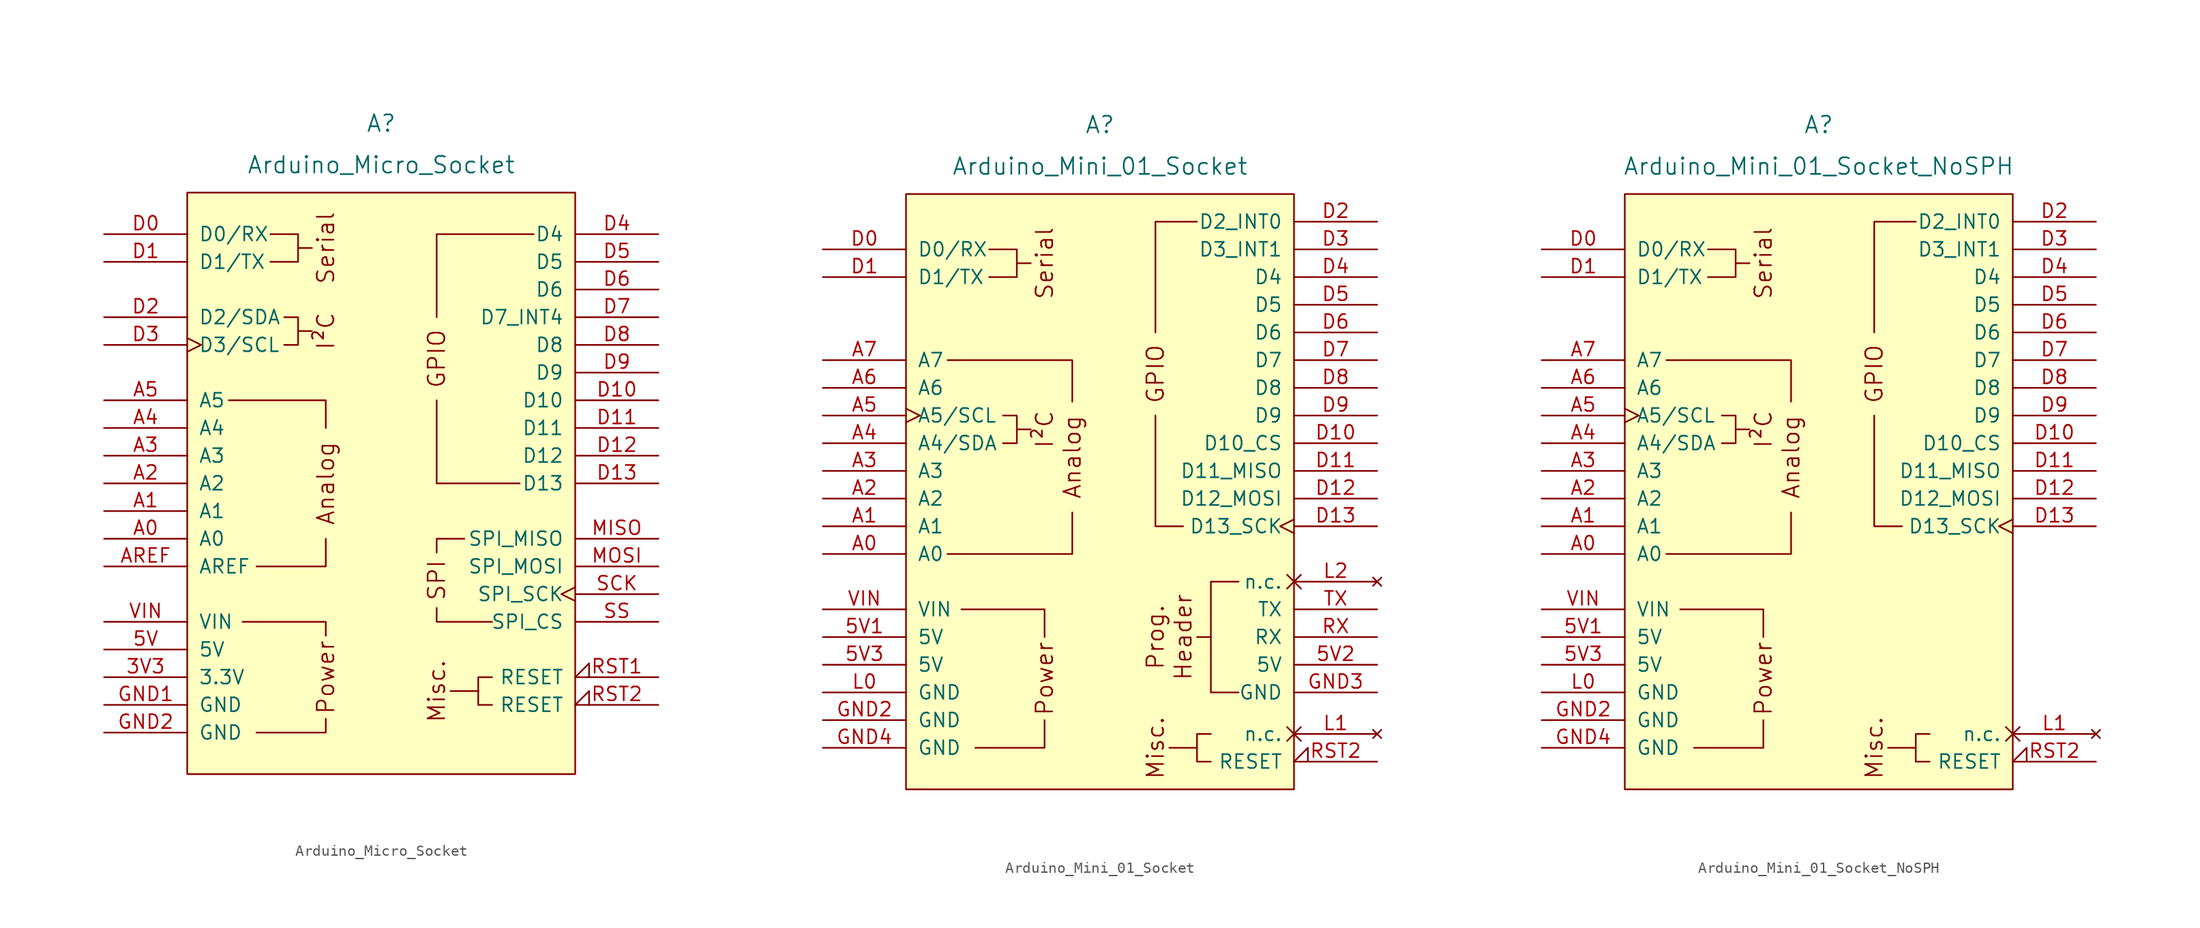
<source format=kicad_sym>
(kicad_symbol_lib
  (version 20231120)
  (generator "kicad_symbol_editor")
  (generator_version "8.0")
  (symbol "Arduino_Micro_Socket"
    (pin_names
      (offset 1.016))
    (property "Reference" "A"
      (at 0 33.02 0)
      (effects (font (size 1.524 1.524))))
    (property "Value" "Arduino_Micro_Socket"
      (at 0 29.21 0)
      (effects (font (size 1.524 1.524))))
    (symbol "Arduino_Micro_Socket_0_0"
      (rectangle (start -17.78 26.67) (end 17.78 -26.67) (stroke (width 0) (type default)) (fill (type background)))
      (polyline (pts (xy -7.62 13.97) (xy -6.35 13.97)) (stroke (width 0) (type default)) (fill (type none)))
      (polyline (pts (xy -7.62 21.59) (xy -6.35 21.59)) (stroke (width 0) (type default)) (fill (type none)))
      (polyline (pts (xy 8.89 -19.05) (xy 6.35 -19.05)) (stroke (width 0) (type default)) (fill (type none)))
      (polyline (pts (xy -11.43 -22.86) (xy -5.08 -22.86) (xy -5.08 -21.59)) (stroke (width 0) (type default)) (fill (type none)))
      (polyline (pts (xy -5.08 -13.97) (xy -5.08 -12.7) (xy -12.7 -12.7)) (stroke (width 0) (type default)) (fill (type none)))
      (polyline (pts (xy -5.08 -5.08) (xy -5.08 -7.62) (xy -11.43 -7.62)) (stroke (width 0) (type default)) (fill (type none)))
      (polyline (pts (xy -5.08 5.08) (xy -5.08 7.62) (xy -13.97 7.62)) (stroke (width 0) (type default)) (fill (type none)))
      (polyline (pts (xy 5.08 -11.43) (xy 5.08 -12.7) (xy 10.16 -12.7)) (stroke (width 0) (type default)) (fill (type none)))
      (polyline (pts (xy 5.08 7.62) (xy 5.08 0) (xy 12.7 0)) (stroke (width 0) (type default)) (fill (type none)))
      (polyline (pts (xy 7.62 -5.08) (xy 5.08 -5.08) (xy 5.08 -6.35)) (stroke (width 0) (type default)) (fill (type none)))
      (polyline (pts (xy 13.97 22.86) (xy 5.08 22.86) (xy 5.08 15.24)) (stroke (width 0) (type default)) (fill (type none)))
      (polyline (pts (xy -10.16 22.86) (xy -7.62 22.86) (xy -7.62 20.32) (xy -10.16 20.32)) (stroke (width 0) (type default)) (fill (type none)))
      (polyline (pts (xy -8.89 15.24) (xy -7.62 15.24) (xy -7.62 12.7) (xy -8.89 12.7)) (stroke (width 0) (type default)) (fill (type none)))
      (text "Analog" (at -5.08 0 900) (effects (font (size 1.524 1.524))))
      (text "I²C" (at -5.08 13.97 900) (effects (font (size 1.524 1.524))))
      (text "Misc." (at 5.08 -19.05 900) (effects (font (size 1.524 1.524))))
      (text "Power" (at -5.08 -17.78 900) (effects (font (size 1.524 1.524))))
      (text "Serial" (at -5.08 21.59 900) (effects (font (size 1.524 1.524))))
      (text "SPI" (at 5.08 -8.89 900) (effects (font (size 1.524 1.524)))))
    (symbol "Arduino_Micro_Socket_0_1"
      (polyline (pts (xy 10.16 -17.78) (xy 8.89 -17.78) (xy 8.89 -20.32) (xy 10.16 -20.32)) (stroke (width 0) (type default)) (fill (type none))))
    (symbol "Arduino_Micro_Socket_1_0"
      (text "GPIO" (at 5.08 11.43 900) (effects (font (size 1.524 1.524)))))
    (symbol "Arduino_Micro_Socket_1_1"
      (pin power_out line (at -25.4 -17.78 0) (length 7.62) (name "3.3V" (effects (font (size 1.27 1.27)))) (number "3V3" (effects (font (size 1.27 1.27)))))
      (pin power_in line (at -25.4 -15.24 0) (length 7.62) (name "5V" (effects (font (size 1.27 1.27)))) (number "5V" (effects (font (size 1.27 1.27)))))
      (pin bidirectional line (at -25.4 -5.08 0) (length 7.62) (name "A0" (effects (font (size 1.27 1.27)))) (number "A0" (effects (font (size 1.27 1.27)))))
      (pin bidirectional line (at -25.4 -2.54 0) (length 7.62) (name "A1" (effects (font (size 1.27 1.27)))) (number "A1" (effects (font (size 1.27 1.27)))))
      (pin bidirectional line (at -25.4 0 0) (length 7.62) (name "A2" (effects (font (size 1.27 1.27)))) (number "A2" (effects (font (size 1.27 1.27)))))
      (pin bidirectional line (at -25.4 2.54 0) (length 7.62) (name "A3" (effects (font (size 1.27 1.27)))) (number "A3" (effects (font (size 1.27 1.27)))))
      (pin bidirectional line (at -25.4 5.08 0) (length 7.62) (name "A4" (effects (font (size 1.27 1.27)))) (number "A4" (effects (font (size 1.27 1.27)))))
      (pin bidirectional line (at -25.4 7.62 0) (length 7.62) (name "A5" (effects (font (size 1.27 1.27)))) (number "A5" (effects (font (size 1.27 1.27)))))
      (pin input line (at -25.4 -7.62 0) (length 7.62) (name "AREF" (effects (font (size 1.27 1.27)))) (number "AREF" (effects (font (size 1.27 1.27)))))
      (pin bidirectional line (at -25.4 22.86 0) (length 7.62) (name "D0/RX" (effects (font (size 1.27 1.27)))) (number "D0" (effects (font (size 1.27 1.27)))))
      (pin bidirectional line (at -25.4 20.32 0) (length 7.62) (name "D1/TX" (effects (font (size 1.27 1.27)))) (number "D1" (effects (font (size 1.27 1.27)))))
      (pin bidirectional line (at 25.4 7.62 180) (length 7.62) (name "D10" (effects (font (size 1.27 1.27)))) (number "D10" (effects (font (size 1.27 1.27)))))
      (pin bidirectional line (at 25.4 5.08 180) (length 7.62) (name "D11" (effects (font (size 1.27 1.27)))) (number "D11" (effects (font (size 1.27 1.27)))))
      (pin bidirectional line (at 25.4 2.54 180) (length 7.62) (name "D12" (effects (font (size 1.27 1.27)))) (number "D12" (effects (font (size 1.27 1.27)))))
      (pin bidirectional line (at 25.4 0 180) (length 7.62) (name "D13" (effects (font (size 1.27 1.27)))) (number "D13" (effects (font (size 1.27 1.27)))))
      (pin bidirectional line (at -25.4 15.24 0) (length 7.62) (name "D2/SDA" (effects (font (size 1.27 1.27)))) (number "D2" (effects (font (size 1.27 1.27)))))
      (pin bidirectional clock (at -25.4 12.7 0) (length 7.62) (name "D3/SCL" (effects (font (size 1.27 1.27)))) (number "D3" (effects (font (size 1.27 1.27)))))
      (pin bidirectional line (at 25.4 22.86 180) (length 7.62) (name "D4" (effects (font (size 1.27 1.27)))) (number "D4" (effects (font (size 1.27 1.27)))))
      (pin bidirectional line (at 25.4 20.32 180) (length 7.62) (name "D5" (effects (font (size 1.27 1.27)))) (number "D5" (effects (font (size 1.27 1.27)))))
      (pin bidirectional line (at 25.4 17.78 180) (length 7.62) (name "D6" (effects (font (size 1.27 1.27)))) (number "D6" (effects (font (size 1.27 1.27)))))
      (pin bidirectional line (at 25.4 15.24 180) (length 7.62) (name "D7_INT4" (effects (font (size 1.27 1.27)))) (number "D7" (effects (font (size 1.27 1.27)))))
      (pin bidirectional line (at 25.4 12.7 180) (length 7.62) (name "D8" (effects (font (size 1.27 1.27)))) (number "D8" (effects (font (size 1.27 1.27)))))
      (pin bidirectional line (at 25.4 10.16 180) (length 7.62) (name "D9" (effects (font (size 1.27 1.27)))) (number "D9" (effects (font (size 1.27 1.27)))))
      (pin power_in line (at -25.4 -20.32 0) (length 7.62) (name "GND" (effects (font (size 1.27 1.27)))) (number "GND1" (effects (font (size 1.27 1.27)))))
      (pin power_in line (at -25.4 -22.86 0) (length 7.62) (name "GND" (effects (font (size 1.27 1.27)))) (number "GND2" (effects (font (size 1.27 1.27)))))
      (pin input line (at 25.4 -5.08 180) (length 7.62) (name "SPI_MISO" (effects (font (size 1.27 1.27)))) (number "MISO" (effects (font (size 1.27 1.27)))))
      (pin output line (at 25.4 -7.62 180) (length 7.62) (name "SPI_MOSI" (effects (font (size 1.27 1.27)))) (number "MOSI" (effects (font (size 1.27 1.27)))))
      (pin open_collector input_low (at 25.4 -17.78 180) (length 7.62) (name "RESET" (effects (font (size 1.27 1.27)))) (number "RST1" (effects (font (size 1.27 1.27)))))
      (pin open_collector input_low (at 25.4 -20.32 180) (length 7.62) (name "RESET" (effects (font (size 1.27 1.27)))) (number "RST2" (effects (font (size 1.27 1.27)))))
      (pin output clock (at 25.4 -10.16 180) (length 7.62) (name "SPI_SCK" (effects (font (size 1.27 1.27)))) (number "SCK" (effects (font (size 1.27 1.27)))))
      (pin bidirectional line (at 25.4 -12.7 180) (length 7.62) (name "SPI_CS" (effects (font (size 1.27 1.27)))) (number "SS" (effects (font (size 1.27 1.27)))))
      (pin power_in line (at -25.4 -12.7 0) (length 7.62) (name "VIN" (effects (font (size 1.27 1.27)))) (number "VIN" (effects (font (size 1.27 1.27)))))))
  (symbol "Arduino_Mini_01_Socket"
    (pin_names
      (offset 1.016))
    (property "Reference" "A"
      (at 0 34.29 0)
      (effects (font (size 1.524 1.524))))
    (property "Value" "Arduino_Mini_01_Socket"
      (at 0 30.48 0)
      (effects (font (size 1.524 1.524))))
    (symbol "Arduino_Mini_01_Socket_0_0"
      (rectangle (start -17.78 27.94) (end 17.78 -26.67) (stroke (width 0) (type default)) (fill (type background)))
      (polyline (pts (xy -7.62 6.35) (xy -6.35 6.35)) (stroke (width 0) (type default)) (fill (type none)))
      (polyline (pts (xy -7.62 21.59) (xy -6.35 21.59)) (stroke (width 0) (type default)) (fill (type none)))
      (polyline (pts (xy 8.89 -22.86) (xy 6.35 -22.86)) (stroke (width 0) (type default)) (fill (type none)))
      (polyline (pts (xy -11.43 -22.86) (xy -5.08 -22.86) (xy -5.08 -20.32)) (stroke (width 0) (type default)) (fill (type none)))
      (polyline (pts (xy -5.08 -12.7) (xy -5.08 -10.16) (xy -12.7 -10.16)) (stroke (width 0) (type default)) (fill (type none)))
      (polyline (pts (xy -2.54 -1.27) (xy -2.54 -5.08) (xy -13.97 -5.08)) (stroke (width 0) (type default)) (fill (type none)))
      (polyline (pts (xy -2.54 8.89) (xy -2.54 12.7) (xy -13.97 12.7)) (stroke (width 0) (type default)) (fill (type none)))
      (polyline (pts (xy 10.16 -12.7) (xy 10.16 -17.78) (xy 12.7 -17.78)) (stroke (width 0) (type default)) (fill (type none)))
      (polyline (pts (xy -10.16 22.86) (xy -7.62 22.86) (xy -7.62 20.32) (xy -10.16 20.32)) (stroke (width 0) (type default)) (fill (type none)))
      (polyline (pts (xy -8.89 7.62) (xy -7.62 7.62) (xy -7.62 5.08) (xy -8.89 5.08)) (stroke (width 0) (type default)) (fill (type none)))
      (polyline (pts (xy 12.7 -7.62) (xy 10.16 -7.62) (xy 10.16 -12.7) (xy 8.89 -12.7)) (stroke (width 0) (type default)) (fill (type none)))
      (text "Analog" (at -2.54 3.81 900) (effects (font (size 1.524 1.524))))
      (text "Header" (at 7.62 -12.7 900) (effects (font (size 1.524 1.524))))
      (text "I²C" (at -5.08 6.35 900) (effects (font (size 1.524 1.524))))
      (text "Misc." (at 5.08 -22.86 900) (effects (font (size 1.524 1.524))))
      (text "Power" (at -5.08 -16.51 900) (effects (font (size 1.524 1.524))))
      (text "Prog." (at 5.08 -12.7 900) (effects (font (size 1.524 1.524))))
      (text "Serial" (at -5.08 21.59 900) (effects (font (size 1.524 1.524)))))
    (symbol "Arduino_Mini_01_Socket_0_1"
      (polyline (pts (xy 7.62 -2.54) (xy 5.08 -2.54) (xy 5.08 7.62)) (stroke (width 0) (type default)) (fill (type none)))
      (polyline (pts (xy 8.89 25.4) (xy 5.08 25.4) (xy 5.08 15.24)) (stroke (width 0) (type default)) (fill (type none)))
      (polyline (pts (xy 10.16 -21.59) (xy 8.89 -21.59) (xy 8.89 -24.13) (xy 10.16 -24.13)) (stroke (width 0) (type default)) (fill (type none))))
    (symbol "Arduino_Mini_01_Socket_1_0"
      (text "GPIO" (at 5.08 11.43 900) (effects (font (size 1.524 1.524)))))
    (symbol "Arduino_Mini_01_Socket_1_1"
      (pin power_in line (at -25.4 -12.7 0) (length 7.62) (name "5V" (effects (font (size 1.27 1.27)))) (number "5V1" (effects (font (size 1.27 1.27)))))
      (pin power_in line (at 25.4 -15.24 180) (length 7.62) (name "5V" (effects (font (size 1.27 1.27)))) (number "5V2" (effects (font (size 1.27 1.27)))))
      (pin power_in line (at -25.4 -15.24 0) (length 7.62) (name "5V" (effects (font (size 1.27 1.27)))) (number "5V3" (effects (font (size 1.27 1.27)))))
      (pin bidirectional line (at -25.4 -5.08 0) (length 7.62) (name "A0" (effects (font (size 1.27 1.27)))) (number "A0" (effects (font (size 1.27 1.27)))))
      (pin bidirectional line (at -25.4 -2.54 0) (length 7.62) (name "A1" (effects (font (size 1.27 1.27)))) (number "A1" (effects (font (size 1.27 1.27)))))
      (pin bidirectional line (at -25.4 0 0) (length 7.62) (name "A2" (effects (font (size 1.27 1.27)))) (number "A2" (effects (font (size 1.27 1.27)))))
      (pin bidirectional line (at -25.4 2.54 0) (length 7.62) (name "A3" (effects (font (size 1.27 1.27)))) (number "A3" (effects (font (size 1.27 1.27)))))
      (pin bidirectional line (at -25.4 5.08 0) (length 7.62) (name "A4/SDA" (effects (font (size 1.27 1.27)))) (number "A4" (effects (font (size 1.27 1.27)))))
      (pin bidirectional clock (at -25.4 7.62 0) (length 7.62) (name "A5/SCL" (effects (font (size 1.27 1.27)))) (number "A5" (effects (font (size 1.27 1.27)))))
      (pin input line (at -25.4 10.16 0) (length 7.62) (name "A6" (effects (font (size 1.27 1.27)))) (number "A6" (effects (font (size 1.27 1.27)))))
      (pin input line (at -25.4 12.7 0) (length 7.62) (name "A7" (effects (font (size 1.27 1.27)))) (number "A7" (effects (font (size 1.27 1.27)))))
      (pin bidirectional line (at -25.4 22.86 0) (length 7.62) (name "D0/RX" (effects (font (size 1.27 1.27)))) (number "D0" (effects (font (size 1.27 1.27)))))
      (pin bidirectional line (at -25.4 20.32 0) (length 7.62) (name "D1/TX" (effects (font (size 1.27 1.27)))) (number "D1" (effects (font (size 1.27 1.27)))))
      (pin bidirectional line (at 25.4 5.08 180) (length 7.62) (name "D10_CS" (effects (font (size 1.27 1.27)))) (number "D10" (effects (font (size 1.27 1.27)))))
      (pin bidirectional line (at 25.4 2.54 180) (length 7.62) (name "D11_MISO" (effects (font (size 1.27 1.27)))) (number "D11" (effects (font (size 1.27 1.27)))))
      (pin bidirectional line (at 25.4 0 180) (length 7.62) (name "D12_MOSI" (effects (font (size 1.27 1.27)))) (number "D12" (effects (font (size 1.27 1.27)))))
      (pin bidirectional clock (at 25.4 -2.54 180) (length 7.62) (name "D13_SCK" (effects (font (size 1.27 1.27)))) (number "D13" (effects (font (size 1.27 1.27)))))
      (pin bidirectional line (at 25.4 25.4 180) (length 7.62) (name "D2_INT0" (effects (font (size 1.27 1.27)))) (number "D2" (effects (font (size 1.27 1.27)))))
      (pin bidirectional line (at 25.4 22.86 180) (length 7.62) (name "D3_INT1" (effects (font (size 1.27 1.27)))) (number "D3" (effects (font (size 1.27 1.27)))))
      (pin bidirectional line (at 25.4 20.32 180) (length 7.62) (name "D4" (effects (font (size 1.27 1.27)))) (number "D4" (effects (font (size 1.27 1.27)))))
      (pin bidirectional line (at 25.4 17.78 180) (length 7.62) (name "D5" (effects (font (size 1.27 1.27)))) (number "D5" (effects (font (size 1.27 1.27)))))
      (pin bidirectional line (at 25.4 15.24 180) (length 7.62) (name "D6" (effects (font (size 1.27 1.27)))) (number "D6" (effects (font (size 1.27 1.27)))))
      (pin bidirectional line (at 25.4 12.7 180) (length 7.62) (name "D7" (effects (font (size 1.27 1.27)))) (number "D7" (effects (font (size 1.27 1.27)))))
      (pin bidirectional line (at 25.4 10.16 180) (length 7.62) (name "D8" (effects (font (size 1.27 1.27)))) (number "D8" (effects (font (size 1.27 1.27)))))
      (pin bidirectional line (at 25.4 7.62 180) (length 7.62) (name "D9" (effects (font (size 1.27 1.27)))) (number "D9" (effects (font (size 1.27 1.27)))))
      (pin power_in line (at -25.4 -20.32 0) (length 7.62) (name "GND" (effects (font (size 1.27 1.27)))) (number "GND2" (effects (font (size 1.27 1.27)))))
      (pin power_in line (at 25.4 -17.78 180) (length 7.62) (name "GND" (effects (font (size 1.27 1.27)))) (number "GND3" (effects (font (size 1.27 1.27)))))
      (pin power_in line (at -25.4 -22.86 0) (length 7.62) (name "GND" (effects (font (size 1.27 1.27)))) (number "GND4" (effects (font (size 1.27 1.27)))))
      (pin power_in line (at -25.4 -17.78 0) (length 7.62) (name "GND" (effects (font (size 1.27 1.27)))) (number "L0" (effects (font (size 1.27 1.27)))))
      (pin no_connect non_logic (at 25.4 -21.59 180) (length 7.62) (name "n.c." (effects (font (size 1.27 1.27)))) (number "L1" (effects (font (size 1.27 1.27)))))
      (pin no_connect non_logic (at 25.4 -7.62 180) (length 7.62) (name "n.c." (effects (font (size 1.27 1.27)))) (number "L2" (effects (font (size 1.27 1.27)))))
      (pin open_collector input_low (at 25.4 -24.13 180) (length 7.62) (name "RESET" (effects (font (size 1.27 1.27)))) (number "RST2" (effects (font (size 1.27 1.27)))))
      (pin bidirectional line (at 25.4 -12.7 180) (length 7.62) (name "RX" (effects (font (size 1.27 1.27)))) (number "RX" (effects (font (size 1.27 1.27)))))
      (pin bidirectional line (at 25.4 -10.16 180) (length 7.62) (name "TX" (effects (font (size 1.27 1.27)))) (number "TX" (effects (font (size 1.27 1.27)))))
      (pin power_in line (at -25.4 -10.16 0) (length 7.62) (name "VIN" (effects (font (size 1.27 1.27)))) (number "VIN" (effects (font (size 1.27 1.27)))))))
  (symbol "Arduino_Mini_01_Socket_NoSPH"
    (pin_names
      (offset 1.016))
    (property "Reference" "A"
      (at 0 34.29 0)
      (effects (font (size 1.524 1.524))))
    (property "Value" "Arduino_Mini_01_Socket_NoSPH"
      (at 0 30.48 0)
      (effects (font (size 1.524 1.524))))
    (symbol "Arduino_Mini_01_Socket_NoSPH_0_0"
      (rectangle (start -17.78 27.94) (end 17.78 -26.67) (stroke (width 0) (type default)) (fill (type background)))
      (polyline (pts (xy -7.62 6.35) (xy -6.35 6.35)) (stroke (width 0) (type default)) (fill (type none)))
      (polyline (pts (xy -7.62 21.59) (xy -6.35 21.59)) (stroke (width 0) (type default)) (fill (type none)))
      (polyline (pts (xy 8.89 -22.86) (xy 6.35 -22.86)) (stroke (width 0) (type default)) (fill (type none)))
      (polyline (pts (xy -11.43 -22.86) (xy -5.08 -22.86) (xy -5.08 -20.32)) (stroke (width 0) (type default)) (fill (type none)))
      (polyline (pts (xy -5.08 -12.7) (xy -5.08 -10.16) (xy -12.7 -10.16)) (stroke (width 0) (type default)) (fill (type none)))
      (polyline (pts (xy -2.54 -1.27) (xy -2.54 -5.08) (xy -13.97 -5.08)) (stroke (width 0) (type default)) (fill (type none)))
      (polyline (pts (xy -2.54 8.89) (xy -2.54 12.7) (xy -13.97 12.7)) (stroke (width 0) (type default)) (fill (type none)))
      (polyline (pts (xy -10.16 22.86) (xy -7.62 22.86) (xy -7.62 20.32) (xy -10.16 20.32)) (stroke (width 0) (type default)) (fill (type none)))
      (polyline (pts (xy -8.89 7.62) (xy -7.62 7.62) (xy -7.62 5.08) (xy -8.89 5.08)) (stroke (width 0) (type default)) (fill (type none)))
      (text "Analog" (at -2.54 3.81 900) (effects (font (size 1.524 1.524))))
      (text "I²C" (at -5.08 6.35 900) (effects (font (size 1.524 1.524))))
      (text "Misc." (at 5.08 -22.86 900) (effects (font (size 1.524 1.524))))
      (text "Power" (at -5.08 -16.51 900) (effects (font (size 1.524 1.524))))
      (text "Serial" (at -5.08 21.59 900) (effects (font (size 1.524 1.524)))))
    (symbol "Arduino_Mini_01_Socket_NoSPH_0_1"
      (polyline (pts (xy 7.62 -2.54) (xy 5.08 -2.54) (xy 5.08 7.62)) (stroke (width 0) (type default)) (fill (type none)))
      (polyline (pts (xy 8.89 25.4) (xy 5.08 25.4) (xy 5.08 15.24)) (stroke (width 0) (type default)) (fill (type none)))
      (polyline (pts (xy 10.16 -21.59) (xy 8.89 -21.59) (xy 8.89 -24.13) (xy 10.16 -24.13)) (stroke (width 0) (type default)) (fill (type none))))
    (symbol "Arduino_Mini_01_Socket_NoSPH_1_0"
      (text "GPIO" (at 5.08 11.43 900) (effects (font (size 1.524 1.524)))))
    (symbol "Arduino_Mini_01_Socket_NoSPH_1_1"
      (pin power_in line (at -25.4 -12.7 0) (length 7.62) (name "5V" (effects (font (size 1.27 1.27)))) (number "5V1" (effects (font (size 1.27 1.27)))))
      (pin power_in line (at -25.4 -15.24 0) (length 7.62) (name "5V" (effects (font (size 1.27 1.27)))) (number "5V3" (effects (font (size 1.27 1.27)))))
      (pin bidirectional line (at -25.4 -5.08 0) (length 7.62) (name "A0" (effects (font (size 1.27 1.27)))) (number "A0" (effects (font (size 1.27 1.27)))))
      (pin bidirectional line (at -25.4 -2.54 0) (length 7.62) (name "A1" (effects (font (size 1.27 1.27)))) (number "A1" (effects (font (size 1.27 1.27)))))
      (pin bidirectional line (at -25.4 0 0) (length 7.62) (name "A2" (effects (font (size 1.27 1.27)))) (number "A2" (effects (font (size 1.27 1.27)))))
      (pin bidirectional line (at -25.4 2.54 0) (length 7.62) (name "A3" (effects (font (size 1.27 1.27)))) (number "A3" (effects (font (size 1.27 1.27)))))
      (pin bidirectional line (at -25.4 5.08 0) (length 7.62) (name "A4/SDA" (effects (font (size 1.27 1.27)))) (number "A4" (effects (font (size 1.27 1.27)))))
      (pin bidirectional clock (at -25.4 7.62 0) (length 7.62) (name "A5/SCL" (effects (font (size 1.27 1.27)))) (number "A5" (effects (font (size 1.27 1.27)))))
      (pin input line (at -25.4 10.16 0) (length 7.62) (name "A6" (effects (font (size 1.27 1.27)))) (number "A6" (effects (font (size 1.27 1.27)))))
      (pin input line (at -25.4 12.7 0) (length 7.62) (name "A7" (effects (font (size 1.27 1.27)))) (number "A7" (effects (font (size 1.27 1.27)))))
      (pin bidirectional line (at -25.4 22.86 0) (length 7.62) (name "D0/RX" (effects (font (size 1.27 1.27)))) (number "D0" (effects (font (size 1.27 1.27)))))
      (pin bidirectional line (at -25.4 20.32 0) (length 7.62) (name "D1/TX" (effects (font (size 1.27 1.27)))) (number "D1" (effects (font (size 1.27 1.27)))))
      (pin bidirectional line (at 25.4 5.08 180) (length 7.62) (name "D10_CS" (effects (font (size 1.27 1.27)))) (number "D10" (effects (font (size 1.27 1.27)))))
      (pin bidirectional line (at 25.4 2.54 180) (length 7.62) (name "D11_MISO" (effects (font (size 1.27 1.27)))) (number "D11" (effects (font (size 1.27 1.27)))))
      (pin bidirectional line (at 25.4 0 180) (length 7.62) (name "D12_MOSI" (effects (font (size 1.27 1.27)))) (number "D12" (effects (font (size 1.27 1.27)))))
      (pin bidirectional clock (at 25.4 -2.54 180) (length 7.62) (name "D13_SCK" (effects (font (size 1.27 1.27)))) (number "D13" (effects (font (size 1.27 1.27)))))
      (pin bidirectional line (at 25.4 25.4 180) (length 7.62) (name "D2_INT0" (effects (font (size 1.27 1.27)))) (number "D2" (effects (font (size 1.27 1.27)))))
      (pin bidirectional line (at 25.4 22.86 180) (length 7.62) (name "D3_INT1" (effects (font (size 1.27 1.27)))) (number "D3" (effects (font (size 1.27 1.27)))))
      (pin bidirectional line (at 25.4 20.32 180) (length 7.62) (name "D4" (effects (font (size 1.27 1.27)))) (number "D4" (effects (font (size 1.27 1.27)))))
      (pin bidirectional line (at 25.4 17.78 180) (length 7.62) (name "D5" (effects (font (size 1.27 1.27)))) (number "D5" (effects (font (size 1.27 1.27)))))
      (pin bidirectional line (at 25.4 15.24 180) (length 7.62) (name "D6" (effects (font (size 1.27 1.27)))) (number "D6" (effects (font (size 1.27 1.27)))))
      (pin bidirectional line (at 25.4 12.7 180) (length 7.62) (name "D7" (effects (font (size 1.27 1.27)))) (number "D7" (effects (font (size 1.27 1.27)))))
      (pin bidirectional line (at 25.4 10.16 180) (length 7.62) (name "D8" (effects (font (size 1.27 1.27)))) (number "D8" (effects (font (size 1.27 1.27)))))
      (pin bidirectional line (at 25.4 7.62 180) (length 7.62) (name "D9" (effects (font (size 1.27 1.27)))) (number "D9" (effects (font (size 1.27 1.27)))))
      (pin power_in line (at -25.4 -20.32 0) (length 7.62) (name "GND" (effects (font (size 1.27 1.27)))) (number "GND2" (effects (font (size 1.27 1.27)))))
      (pin power_in line (at -25.4 -22.86 0) (length 7.62) (name "GND" (effects (font (size 1.27 1.27)))) (number "GND4" (effects (font (size 1.27 1.27)))))
      (pin power_in line (at -25.4 -17.78 0) (length 7.62) (name "GND" (effects (font (size 1.27 1.27)))) (number "L0" (effects (font (size 1.27 1.27)))))
      (pin no_connect non_logic (at 25.4 -21.59 180) (length 7.62) (name "n.c." (effects (font (size 1.27 1.27)))) (number "L1" (effects (font (size 1.27 1.27)))))
      (pin open_collector input_low (at 25.4 -24.13 180) (length 7.62) (name "RESET" (effects (font (size 1.27 1.27)))) (number "RST2" (effects (font (size 1.27 1.27)))))
      (pin power_in line (at -25.4 -10.16 0) (length 7.62) (name "VIN" (effects (font (size 1.27 1.27)))) (number "VIN" (effects (font (size 1.27 1.27))))))))
</source>
